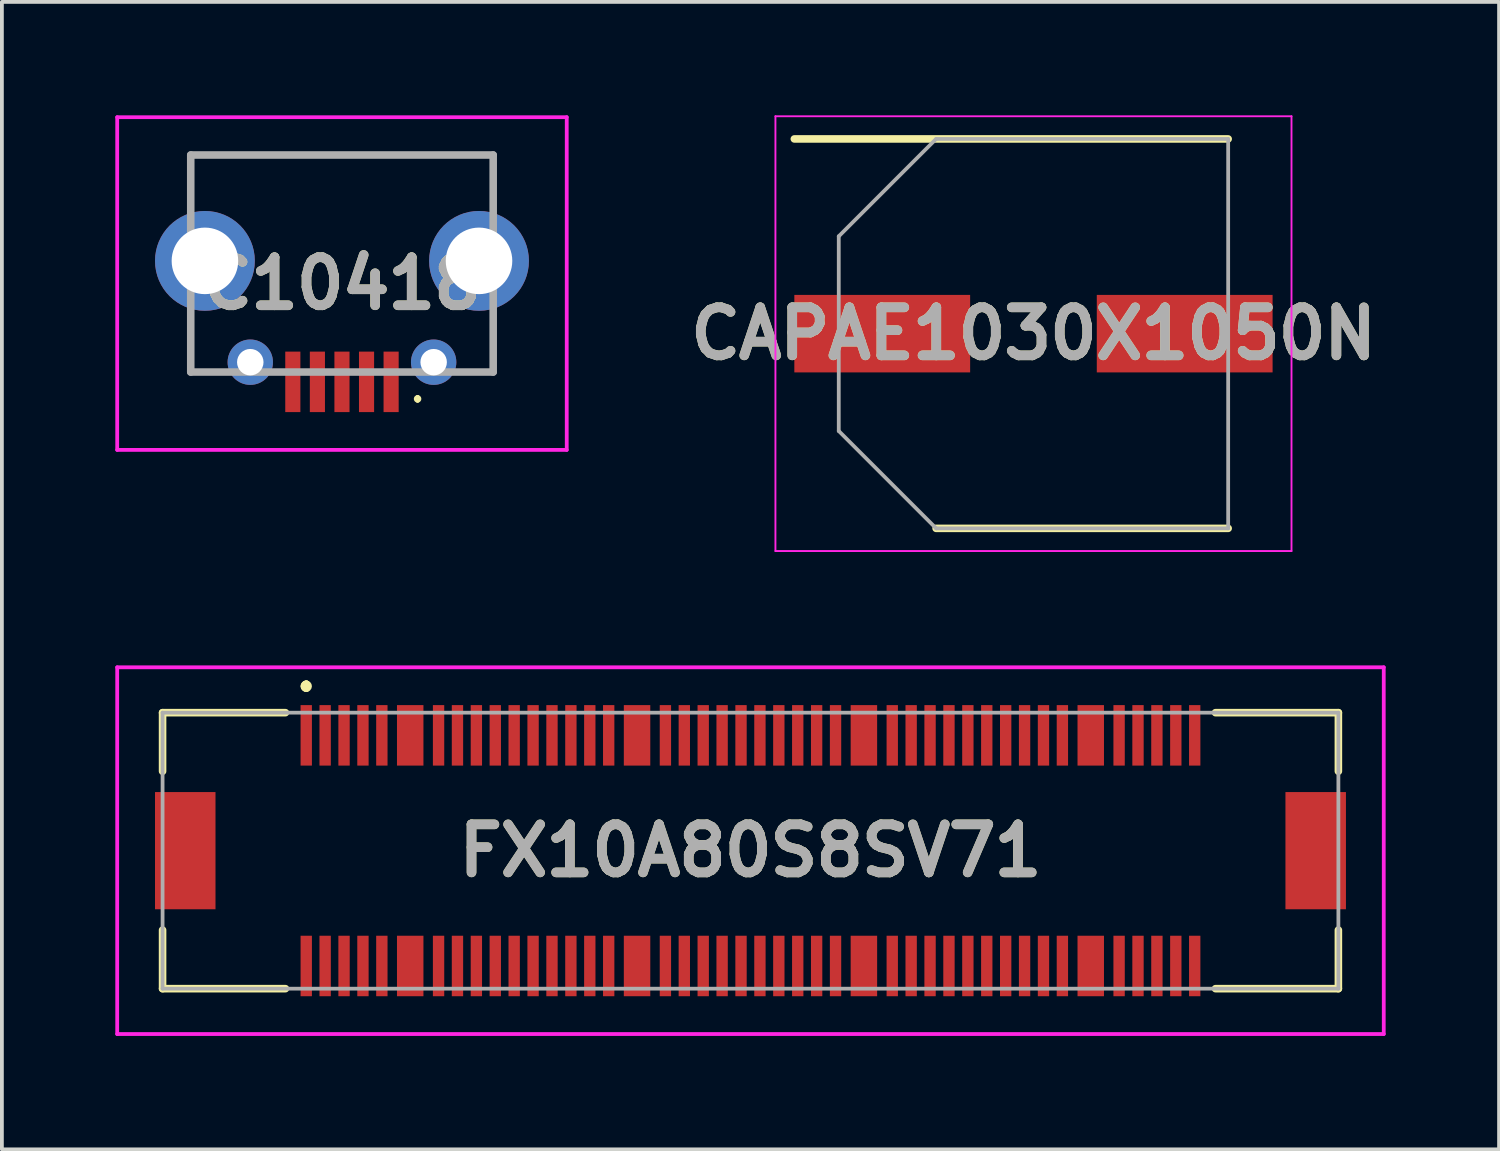
<source format=kicad_pcb>
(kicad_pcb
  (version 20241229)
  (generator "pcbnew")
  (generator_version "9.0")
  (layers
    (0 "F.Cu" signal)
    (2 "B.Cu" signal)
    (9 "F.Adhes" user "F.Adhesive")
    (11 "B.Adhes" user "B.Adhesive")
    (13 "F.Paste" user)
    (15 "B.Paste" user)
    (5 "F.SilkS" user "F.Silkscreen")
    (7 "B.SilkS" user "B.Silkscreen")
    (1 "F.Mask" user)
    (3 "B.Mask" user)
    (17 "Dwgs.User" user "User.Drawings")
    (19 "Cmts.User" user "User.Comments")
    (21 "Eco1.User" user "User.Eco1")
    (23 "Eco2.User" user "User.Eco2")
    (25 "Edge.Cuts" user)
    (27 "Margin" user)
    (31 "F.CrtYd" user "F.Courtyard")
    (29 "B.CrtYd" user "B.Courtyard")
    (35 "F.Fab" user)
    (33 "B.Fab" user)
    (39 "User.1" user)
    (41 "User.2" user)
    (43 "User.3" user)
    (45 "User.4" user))
  (footprint "CAPAE1030X1050N"
    (layer "F.Cu")
    (at 24.285 5.775)
    (property "Reference" "CAPAE1030X1050N" (at 0 0 0) (layer "F.SilkS") (effects (font (size 1.27 1.27) (thickness 0.254))))
    (attr smd)
    (fp_line (start -6.325 -5.15) (end 5.15 -5.15) (stroke (width 0.2) (type solid)) (layer "F.SilkS"))
    (fp_line (start -2.575 5.15) (end 5.15 5.15) (stroke (width 0.2) (type solid)) (layer "F.SilkS"))
    (fp_line (start -6.825 -5.75) (end 6.825 -5.75) (stroke (width 0.05) (type solid)) (layer "F.CrtYd"))
    (fp_line (start -6.825 5.75) (end -6.825 -5.75) (stroke (width 0.05) (type solid)) (layer "F.CrtYd"))
    (fp_line (start 6.825 -5.75) (end 6.825 5.75) (stroke (width 0.05) (type solid)) (layer "F.CrtYd"))
    (fp_line (start 6.825 5.75) (end -6.825 5.75) (stroke (width 0.05) (type solid)) (layer "F.CrtYd"))
    (fp_line (start -5.15 -2.575) (end -5.15 2.575) (stroke (width 0.1) (type solid)) (layer "F.Fab"))
    (fp_line (start -5.15 2.575) (end -2.575 5.15) (stroke (width 0.1) (type solid)) (layer "F.Fab"))
    (fp_line (start -2.575 -5.15) (end -5.15 -2.575) (stroke (width 0.1) (type solid)) (layer "F.Fab"))
    (fp_line (start -2.575 5.15) (end 5.15 5.15) (stroke (width 0.1) (type solid)) (layer "F.Fab"))
    (fp_line (start 5.15 -5.15) (end -2.575 -5.15) (stroke (width 0.1) (type solid)) (layer "F.Fab"))
    (fp_line (start 5.15 5.15) (end 5.15 -5.15) (stroke (width 0.1) (type solid)) (layer "F.Fab"))
    (fp_text user "${REFERENCE}" (at 0 0 0) (layer "F.Fab") (effects (font (size 1.27 1.27) (thickness 0.254))))
    (pad "1" smd rect (at -4 0 90) (size 2.05 4.65) (layers "F.Cu" "F.Mask" "F.Paste"))
    (pad "2" smd rect (at 4 0 90) (size 2.05 4.65) (layers "F.Cu" "F.Mask" "F.Paste")))
  (footprint "FX10A80S8SV71"
    (layer "F.Cu")
    (at 16.8 19.45)
    (property "Reference" "FX10A80S8SV71" (at 0 0 0) (layer "F.SilkS") (effects (font (size 1.27 1.27) (thickness 0.254))))
    (attr through_hole)
    (fp_line (start -15.55 -3.65) (end -15.55 -2.1) (stroke (width 0.2) (type solid)) (layer "F.SilkS"))
    (fp_line (start -15.55 2.1) (end -15.55 3.65) (stroke (width 0.2) (type solid)) (layer "F.SilkS"))
    (fp_line (start -15.55 3.65) (end -12.3 3.65) (stroke (width 0.2) (type solid)) (layer "F.SilkS"))
    (fp_line (start -12.3 -3.65) (end -15.55 -3.65) (stroke (width 0.2) (type solid)) (layer "F.SilkS"))
    (fp_line (start -11.75 -4.4) (end -11.75 -4.4) (stroke (width 0.2) (type solid)) (layer "F.SilkS"))
    (fp_line (start -11.75 -4.4) (end -11.75 -4.4) (stroke (width 0.2) (type solid)) (layer "F.SilkS"))
    (fp_line (start -11.75 -4.3) (end -11.75 -4.3) (stroke (width 0.2) (type solid)) (layer "F.SilkS"))
    (fp_line (start 12.3 3.65) (end 15.55 3.65) (stroke (width 0.2) (type solid)) (layer "F.SilkS"))
    (fp_line (start 15.55 -3.65) (end 12.3 -3.65) (stroke (width 0.2) (type solid)) (layer "F.SilkS"))
    (fp_line (start 15.55 -2.1) (end 15.55 -3.65) (stroke (width 0.2) (type solid)) (layer "F.SilkS"))
    (fp_line (start 15.55 3.65) (end 15.55 2.1) (stroke (width 0.2) (type solid)) (layer "F.SilkS"))
    (fp_arc (start -11.75 -4.4) (mid -11.7 -4.35) (end -11.75 -4.3) (stroke (width 0.2) (type solid)) (layer "F.SilkS"))
    (fp_arc (start -11.75 -4.3) (mid -11.8 -4.35) (end -11.75 -4.4) (stroke (width 0.2) (type solid)) (layer "F.SilkS"))
    (fp_arc (start -11.75 -4.3) (mid -11.8 -4.35) (end -11.75 -4.4) (stroke (width 0.2) (type solid)) (layer "F.SilkS"))
    (fp_line (start -16.75 -4.85) (end 16.75 -4.85) (stroke (width 0.1) (type solid)) (layer "F.CrtYd"))
    (fp_line (start -16.75 4.85) (end -16.75 -4.85) (stroke (width 0.1) (type solid)) (layer "F.CrtYd"))
    (fp_line (start 16.75 -4.85) (end 16.75 4.85) (stroke (width 0.1) (type solid)) (layer "F.CrtYd"))
    (fp_line (start 16.75 4.85) (end -16.75 4.85) (stroke (width 0.1) (type solid)) (layer "F.CrtYd"))
    (fp_line (start -15.55 -3.65) (end -15.55 3.65) (stroke (width 0.1) (type solid)) (layer "F.Fab"))
    (fp_line (start -15.55 3.65) (end 15.55 3.65) (stroke (width 0.1) (type solid)) (layer "F.Fab"))
    (fp_line (start 15.55 -3.65) (end -15.55 -3.65) (stroke (width 0.1) (type solid)) (layer "F.Fab"))
    (fp_line (start 15.55 3.65) (end 15.55 -3.65) (stroke (width 0.1) (type solid)) (layer "F.Fab"))
    (fp_text user "${REFERENCE}" (at 0 0 0) (layer "F.Fab") (effects (font (size 1.27 1.27) (thickness 0.254))))
    (pad "" np_thru_hole circle (at -13.2 0) (size 0.001 0.001) (drill 1.1) (layers "*.Cu" "*.Mask"))
    (pad "" np_thru_hole circle (at 13.2 0) (size 0.001 0.001) (drill 1.2) (layers "*.Cu" "*.Mask"))
    (pad "1" smd rect (at -11.75 -3.05) (size 0.3 1.6) (layers "F.Cu" "F.Mask" "F.Paste"))
    (pad "2" smd rect (at -11.75 3.05) (size 0.3 1.6) (layers "F.Cu" "F.Mask" "F.Paste"))
    (pad "3" smd rect (at -11.25 -3.05) (size 0.3 1.6) (layers "F.Cu" "F.Mask" "F.Paste"))
    (pad "4" smd rect (at -11.25 3.05) (size 0.3 1.6) (layers "F.Cu" "F.Mask" "F.Paste"))
    (pad "5" smd rect (at -10.75 -3.05) (size 0.3 1.6) (layers "F.Cu" "F.Mask" "F.Paste"))
    (pad "6" smd rect (at -10.75 3.05) (size 0.3 1.6) (layers "F.Cu" "F.Mask" "F.Paste"))
    (pad "7" smd rect (at -10.25 -3.05) (size 0.3 1.6) (layers "F.Cu" "F.Mask" "F.Paste"))
    (pad "8" smd rect (at -10.25 3.05) (size 0.3 1.6) (layers "F.Cu" "F.Mask" "F.Paste"))
    (pad "9" smd rect (at -9.75 -3.05) (size 0.3 1.6) (layers "F.Cu" "F.Mask" "F.Paste"))
    (pad "10" smd rect (at -9.75 3.05) (size 0.3 1.6) (layers "F.Cu" "F.Mask" "F.Paste"))
    (pad "11" smd rect (at -8.25 -3.05) (size 0.3 1.6) (layers "F.Cu" "F.Mask" "F.Paste"))
    (pad "12" smd rect (at -8.25 3.05) (size 0.3 1.6) (layers "F.Cu" "F.Mask" "F.Paste"))
    (pad "13" smd rect (at -7.75 -3.05) (size 0.3 1.6) (layers "F.Cu" "F.Mask" "F.Paste"))
    (pad "14" smd rect (at -7.75 3.05) (size 0.3 1.6) (layers "F.Cu" "F.Mask" "F.Paste"))
    (pad "15" smd rect (at -7.25 -3.05) (size 0.3 1.6) (layers "F.Cu" "F.Mask" "F.Paste"))
    (pad "16" smd rect (at -7.25 3.05) (size 0.3 1.6) (layers "F.Cu" "F.Mask" "F.Paste"))
    (pad "17" smd rect (at -6.75 -3.05) (size 0.3 1.6) (layers "F.Cu" "F.Mask" "F.Paste"))
    (pad "18" smd rect (at -6.75 3.05) (size 0.3 1.6) (layers "F.Cu" "F.Mask" "F.Paste"))
    (pad "19" smd rect (at -6.25 -3.05) (size 0.3 1.6) (layers "F.Cu" "F.Mask" "F.Paste"))
    (pad "20" smd rect (at -6.25 3.05) (size 0.3 1.6) (layers "F.Cu" "F.Mask" "F.Paste"))
    (pad "21" smd rect (at -5.75 -3.05) (size 0.3 1.6) (layers "F.Cu" "F.Mask" "F.Paste"))
    (pad "22" smd rect (at -5.75 3.05) (size 0.3 1.6) (layers "F.Cu" "F.Mask" "F.Paste"))
    (pad "23" smd rect (at -5.25 -3.05) (size 0.3 1.6) (layers "F.Cu" "F.Mask" "F.Paste"))
    (pad "24" smd rect (at -5.25 3.05) (size 0.3 1.6) (layers "F.Cu" "F.Mask" "F.Paste"))
    (pad "25" smd rect (at -4.75 -3.05) (size 0.3 1.6) (layers "F.Cu" "F.Mask" "F.Paste"))
    (pad "26" smd rect (at -4.75 3.05) (size 0.3 1.6) (layers "F.Cu" "F.Mask" "F.Paste"))
    (pad "27" smd rect (at -4.25 -3.05) (size 0.3 1.6) (layers "F.Cu" "F.Mask" "F.Paste"))
    (pad "28" smd rect (at -4.25 3.05) (size 0.3 1.6) (layers "F.Cu" "F.Mask" "F.Paste"))
    (pad "29" smd rect (at -3.75 -3.05) (size 0.3 1.6) (layers "F.Cu" "F.Mask" "F.Paste"))
    (pad "30" smd rect (at -3.75 3.05) (size 0.3 1.6) (layers "F.Cu" "F.Mask" "F.Paste"))
    (pad "31" smd rect (at -2.25 -3.05) (size 0.3 1.6) (layers "F.Cu" "F.Mask" "F.Paste"))
    (pad "32" smd rect (at -2.25 3.05) (size 0.3 1.6) (layers "F.Cu" "F.Mask" "F.Paste"))
    (pad "33" smd rect (at -1.75 -3.05) (size 0.3 1.6) (layers "F.Cu" "F.Mask" "F.Paste"))
    (pad "34" smd rect (at -1.75 3.05) (size 0.3 1.6) (layers "F.Cu" "F.Mask" "F.Paste"))
    (pad "35" smd rect (at -1.25 -3.05) (size 0.3 1.6) (layers "F.Cu" "F.Mask" "F.Paste"))
    (pad "36" smd rect (at -1.25 3.05) (size 0.3 1.6) (layers "F.Cu" "F.Mask" "F.Paste"))
    (pad "37" smd rect (at -0.75 -3.05) (size 0.3 1.6) (layers "F.Cu" "F.Mask" "F.Paste"))
    (pad "38" smd rect (at -0.75 3.05) (size 0.3 1.6) (layers "F.Cu" "F.Mask" "F.Paste"))
    (pad "39" smd rect (at -0.25 -3.05) (size 0.3 1.6) (layers "F.Cu" "F.Mask" "F.Paste"))
    (pad "40" smd rect (at -0.25 3.05) (size 0.3 1.6) (layers "F.Cu" "F.Mask" "F.Paste"))
    (pad "41" smd rect (at 0.25 -3.05) (size 0.3 1.6) (layers "F.Cu" "F.Mask" "F.Paste"))
    (pad "42" smd rect (at 0.25 3.05) (size 0.3 1.6) (layers "F.Cu" "F.Mask" "F.Paste"))
    (pad "43" smd rect (at 0.75 -3.05) (size 0.3 1.6) (layers "F.Cu" "F.Mask" "F.Paste"))
    (pad "44" smd rect (at 0.75 3.05) (size 0.3 1.6) (layers "F.Cu" "F.Mask" "F.Paste"))
    (pad "45" smd rect (at 1.25 -3.05) (size 0.3 1.6) (layers "F.Cu" "F.Mask" "F.Paste"))
    (pad "46" smd rect (at 1.25 3.05) (size 0.3 1.6) (layers "F.Cu" "F.Mask" "F.Paste"))
    (pad "47" smd rect (at 1.75 -3.05) (size 0.3 1.6) (layers "F.Cu" "F.Mask" "F.Paste"))
    (pad "48" smd rect (at 1.75 3.05) (size 0.3 1.6) (layers "F.Cu" "F.Mask" "F.Paste"))
    (pad "49" smd rect (at 2.25 -3.05) (size 0.3 1.6) (layers "F.Cu" "F.Mask" "F.Paste"))
    (pad "50" smd rect (at 2.25 3.05) (size 0.3 1.6) (layers "F.Cu" "F.Mask" "F.Paste"))
    (pad "51" smd rect (at 3.75 -3.05) (size 0.3 1.6) (layers "F.Cu" "F.Mask" "F.Paste"))
    (pad "52" smd rect (at 3.75 3.05) (size 0.3 1.6) (layers "F.Cu" "F.Mask" "F.Paste"))
    (pad "53" smd rect (at 4.25 -3.05) (size 0.3 1.6) (layers "F.Cu" "F.Mask" "F.Paste"))
    (pad "54" smd rect (at 4.25 3.05) (size 0.3 1.6) (layers "F.Cu" "F.Mask" "F.Paste"))
    (pad "55" smd rect (at 4.75 -3.05) (size 0.3 1.6) (layers "F.Cu" "F.Mask" "F.Paste"))
    (pad "56" smd rect (at 4.75 3.05) (size 0.3 1.6) (layers "F.Cu" "F.Mask" "F.Paste"))
    (pad "57" smd rect (at 5.25 -3.05) (size 0.3 1.6) (layers "F.Cu" "F.Mask" "F.Paste"))
    (pad "58" smd rect (at 5.25 3.05) (size 0.3 1.6) (layers "F.Cu" "F.Mask" "F.Paste"))
    (pad "59" smd rect (at 5.75 -3.05) (size 0.3 1.6) (layers "F.Cu" "F.Mask" "F.Paste"))
    (pad "60" smd rect (at 5.75 3.05) (size 0.3 1.6) (layers "F.Cu" "F.Mask" "F.Paste"))
    (pad "61" smd rect (at 6.25 -3.05) (size 0.3 1.6) (layers "F.Cu" "F.Mask" "F.Paste"))
    (pad "62" smd rect (at 6.25 3.05) (size 0.3 1.6) (layers "F.Cu" "F.Mask" "F.Paste"))
    (pad "63" smd rect (at 6.75 -3.05) (size 0.3 1.6) (layers "F.Cu" "F.Mask" "F.Paste"))
    (pad "64" smd rect (at 6.75 3.05) (size 0.3 1.6) (layers "F.Cu" "F.Mask" "F.Paste"))
    (pad "65" smd rect (at 7.25 -3.05) (size 0.3 1.6) (layers "F.Cu" "F.Mask" "F.Paste"))
    (pad "66" smd rect (at 7.25 3.05) (size 0.3 1.6) (layers "F.Cu" "F.Mask" "F.Paste"))
    (pad "67" smd rect (at 7.75 -3.05) (size 0.3 1.6) (layers "F.Cu" "F.Mask" "F.Paste"))
    (pad "68" smd rect (at 7.75 3.05) (size 0.3 1.6) (layers "F.Cu" "F.Mask" "F.Paste"))
    (pad "69" smd rect (at 8.25 -3.05) (size 0.3 1.6) (layers "F.Cu" "F.Mask" "F.Paste"))
    (pad "70" smd rect (at 8.25 3.05) (size 0.3 1.6) (layers "F.Cu" "F.Mask" "F.Paste"))
    (pad "71" smd rect (at 9.75 -3.05) (size 0.3 1.6) (layers "F.Cu" "F.Mask" "F.Paste"))
    (pad "72" smd rect (at 9.75 3.05) (size 0.3 1.6) (layers "F.Cu" "F.Mask" "F.Paste"))
    (pad "73" smd rect (at 10.25 -3.05) (size 0.3 1.6) (layers "F.Cu" "F.Mask" "F.Paste"))
    (pad "74" smd rect (at 10.25 3.05) (size 0.3 1.6) (layers "F.Cu" "F.Mask" "F.Paste"))
    (pad "75" smd rect (at 10.75 -3.05) (size 0.3 1.6) (layers "F.Cu" "F.Mask" "F.Paste"))
    (pad "76" smd rect (at 10.75 3.05) (size 0.3 1.6) (layers "F.Cu" "F.Mask" "F.Paste"))
    (pad "77" smd rect (at 11.25 -3.05) (size 0.3 1.6) (layers "F.Cu" "F.Mask" "F.Paste"))
    (pad "78" smd rect (at 11.25 3.05) (size 0.3 1.6) (layers "F.Cu" "F.Mask" "F.Paste"))
    (pad "79" smd rect (at 11.75 -3.05) (size 0.3 1.6) (layers "F.Cu" "F.Mask" "F.Paste"))
    (pad "80" smd rect (at 11.75 3.05) (size 0.3 1.6) (layers "F.Cu" "F.Mask" "F.Paste"))
    (pad "G1" smd rect (at -14.95 0) (size 1.6 3.1) (layers "F.Cu" "F.Mask" "F.Paste"))
    (pad "G2" smd rect (at -9 3.05) (size 0.7 1.6) (layers "F.Cu" "F.Mask" "F.Paste"))
    (pad "G3" smd rect (at -3 3.05) (size 0.7 1.6) (layers "F.Cu" "F.Mask" "F.Paste"))
    (pad "G4" smd rect (at 3 3.05) (size 0.7 1.6) (layers "F.Cu" "F.Mask" "F.Paste"))
    (pad "G5" smd rect (at 9 3.05) (size 0.7 1.6) (layers "F.Cu" "F.Mask" "F.Paste"))
    (pad "G6" smd rect (at 14.95 0) (size 1.6 3.1) (layers "F.Cu" "F.Mask" "F.Paste"))
    (pad "G7" smd rect (at 9 -3.05) (size 0.7 1.6) (layers "F.Cu" "F.Mask" "F.Paste"))
    (pad "G8" smd rect (at 3 -3.05) (size 0.7 1.6) (layers "F.Cu" "F.Mask" "F.Paste"))
    (pad "G9" smd rect (at -3 -3.05) (size 0.7 1.6) (layers "F.Cu" "F.Mask" "F.Paste"))
    (pad "G10" smd rect (at -9 -3.05) (size 0.7 1.6) (layers "F.Cu" "F.Mask" "F.Paste")))
  (footprint "C10418"
    (layer "F.Cu")
    (at 5.995 4.05)
    (property "Reference" "C10418" (at 0 0.4 0) (layer "F.SilkS") (effects (font (size 1.27 1.27) (thickness 0.254))))
    (attr through_hole)
    (fp_line (start -4 -3) (end 4 -3) (stroke (width 0.1) (type solid)) (layer "F.SilkS"))
    (fp_line (start -4 -1.8) (end -4 -3) (stroke (width 0.1) (type solid)) (layer "F.SilkS"))
    (fp_line (start -4 1.4) (end -4 2.74) (stroke (width 0.1) (type solid)) (layer "F.SilkS"))
    (fp_line (start -4 2.74) (end -3.2 2.74) (stroke (width 0.1) (type solid)) (layer "F.SilkS"))
    (fp_line (start 2 3.4) (end 2 3.4) (stroke (width 0.1) (type solid)) (layer "F.SilkS"))
    (fp_line (start 2 3.5) (end 2 3.5) (stroke (width 0.1) (type solid)) (layer "F.SilkS"))
    (fp_line (start 4 -3) (end 4 -1.8) (stroke (width 0.1) (type solid)) (layer "F.SilkS"))
    (fp_line (start 4 1.4) (end 4 2.74) (stroke (width 0.1) (type solid)) (layer "F.SilkS"))
    (fp_line (start 4 2.74) (end 3.2 2.74) (stroke (width 0.1) (type solid)) (layer "F.SilkS"))
    (fp_arc (start 2 3.4) (mid 2.05 3.45) (end 2 3.5) (stroke (width 0.1) (type solid)) (layer "F.SilkS"))
    (fp_arc (start 2 3.5) (mid 1.95 3.45) (end 2 3.4) (stroke (width 0.1) (type solid)) (layer "F.SilkS"))
    (fp_line (start -5.945 -4) (end 5.945 -4) (stroke (width 0.1) (type solid)) (layer "F.CrtYd"))
    (fp_line (start -5.945 4.8) (end -5.945 -4) (stroke (width 0.1) (type solid)) (layer "F.CrtYd"))
    (fp_line (start 5.945 -4) (end 5.945 4.8) (stroke (width 0.1) (type solid)) (layer "F.CrtYd"))
    (fp_line (start 5.945 4.8) (end -5.945 4.8) (stroke (width 0.1) (type solid)) (layer "F.CrtYd"))
    (fp_line (start -4 -3) (end 4 -3) (stroke (width 0.2) (type solid)) (layer "F.Fab"))
    (fp_line (start -4 2.74) (end -4 -3) (stroke (width 0.2) (type solid)) (layer "F.Fab"))
    (fp_line (start 4 -3) (end 4 2.74) (stroke (width 0.2) (type solid)) (layer "F.Fab"))
    (fp_line (start 4 2.74) (end -4 2.74) (stroke (width 0.2) (type solid)) (layer "F.Fab"))
    (fp_text user "${REFERENCE}" (at 0 0.4 0) (layer "F.Fab") (effects (font (size 1.27 1.27) (thickness 0.254))))
    (pad "1" smd rect (at 1.3 3) (size 0.4 1.6) (layers "F.Cu" "F.Mask" "F.Paste"))
    (pad "2" smd rect (at 0.65 3) (size 0.4 1.6) (layers "F.Cu" "F.Mask" "F.Paste"))
    (pad "3" smd rect (at 0 3) (size 0.4 1.6) (layers "F.Cu" "F.Mask" "F.Paste"))
    (pad "4" smd rect (at -0.65 3) (size 0.4 1.6) (layers "F.Cu" "F.Mask" "F.Paste"))
    (pad "5" smd rect (at -1.3 3) (size 0.4 1.6) (layers "F.Cu" "F.Mask" "F.Paste"))
    (pad "6" thru_hole circle (at -3.625 -0.2) (size 2.64 2.64) (drill 1.76) (layers "*.Cu" "*.Mask"))
    (pad "7" thru_hole circle (at 3.625 -0.2) (size 2.64 2.64) (drill 1.76) (layers "*.Cu" "*.Mask"))
    (pad "8" thru_hole circle (at -2.425 2.48) (size 1.2 1.2) (drill 0.7) (layers "*.Cu" "*.Mask"))
    (pad "9" thru_hole circle (at 2.425 2.48) (size 1.2 1.2) (drill 0.7) (layers "*.Cu" "*.Mask")))
  (gr_rect
    (start -3 -3)
    (end 36.6 27.35)
    (stroke (width 0.1) (type default))
    (fill no)
    (layer "Edge.Cuts")))
</source>
